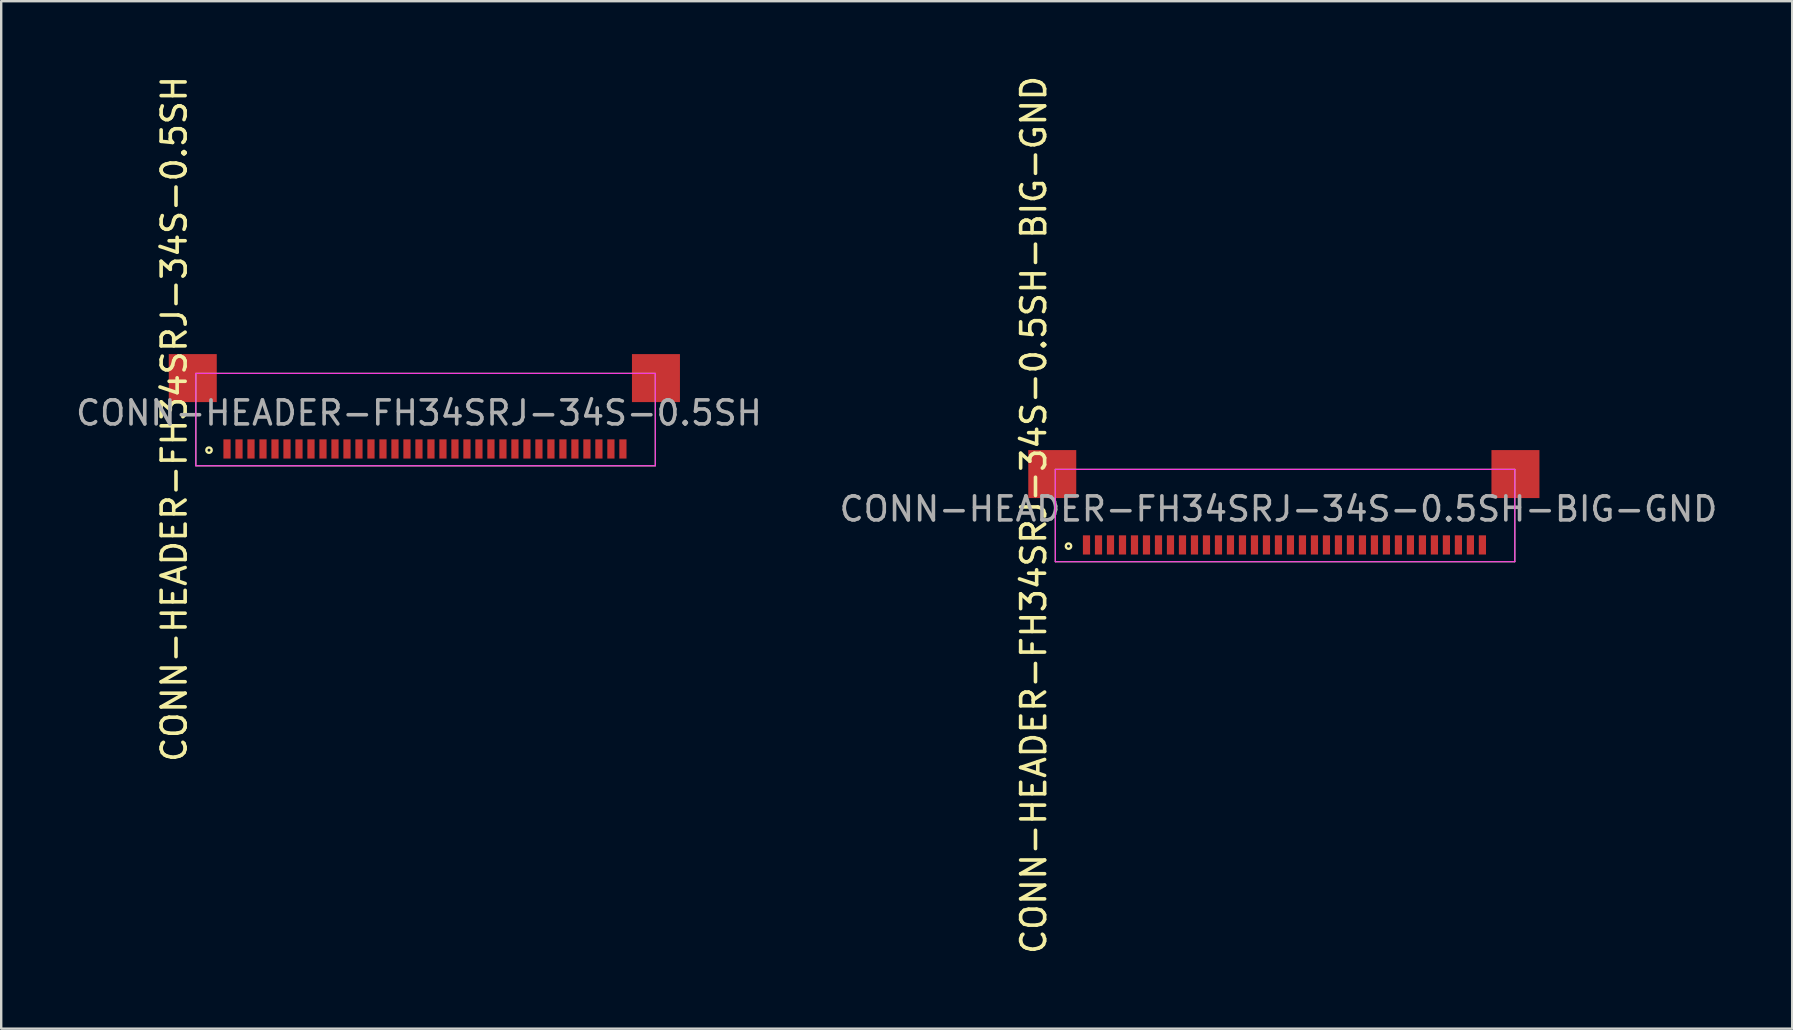
<source format=kicad_pcb>
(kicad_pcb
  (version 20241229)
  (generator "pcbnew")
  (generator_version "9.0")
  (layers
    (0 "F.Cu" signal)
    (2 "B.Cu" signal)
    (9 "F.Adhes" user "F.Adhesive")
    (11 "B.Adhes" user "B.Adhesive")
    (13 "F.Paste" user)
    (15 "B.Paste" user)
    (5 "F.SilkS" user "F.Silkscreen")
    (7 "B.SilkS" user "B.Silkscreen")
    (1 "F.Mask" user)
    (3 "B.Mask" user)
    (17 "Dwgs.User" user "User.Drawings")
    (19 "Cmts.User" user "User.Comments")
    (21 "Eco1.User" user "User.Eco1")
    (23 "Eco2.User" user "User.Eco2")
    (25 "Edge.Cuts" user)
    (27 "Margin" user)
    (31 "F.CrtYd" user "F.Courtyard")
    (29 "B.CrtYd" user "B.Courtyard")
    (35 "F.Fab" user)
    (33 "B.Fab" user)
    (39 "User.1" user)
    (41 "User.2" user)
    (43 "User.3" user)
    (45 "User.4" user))
  (footprint "CONN-HEADER-FH34SRJ-34S-0.5SH-BIG-GND"
    (layer "F.Cu")
    (at 50.457 18.486)
    (property "Reference" "CONN-HEADER-FH34SRJ-34S-0.5SH-BIG-GND" (at -0.225 -0.325 180) (layer "F.Fab") (effects (font (size 1 1) (thickness 0.15))))
    (attr through_hole)
    (fp_line (start -9.525 -1.975) (end -9.525 1.875) (stroke (width 0.041) (type solid)) (layer "F.SilkS"))
    (fp_line (start -9.525 1.875) (end 9.625 1.875) (stroke (width 0.041) (type solid)) (layer "F.SilkS"))
    (fp_line (start 9.625 -1.975) (end -9.525 -1.975) (stroke (width 0.041) (type solid)) (layer "F.SilkS"))
    (fp_line (start 9.625 -1.975) (end 9.625 1.875) (stroke (width 0.041) (type solid)) (layer "F.SilkS"))
    (fp_circle (center -8.975 1.225) (end -8.925 1.125) (stroke (width 0.1) (type solid)) (fill no) (layer "F.SilkS"))
    (fp_line (start -9.525 -1.975) (end -9.525 1.875) (stroke (width 0.041) (type solid)) (layer "F.CrtYd"))
    (fp_line (start -9.525 1.875) (end 9.625 1.875) (stroke (width 0.041) (type solid)) (layer "F.CrtYd"))
    (fp_line (start 9.625 -1.975) (end -9.525 -1.975) (stroke (width 0.041) (type solid)) (layer "F.CrtYd"))
    (fp_line (start 9.625 -1.975) (end 9.625 1.875) (stroke (width 0.041) (type solid)) (layer "F.CrtYd"))
    (fp_line (start -9.525 -1.975) (end -9.525 1.875) (stroke (width 0.041) (type solid)) (layer "F.Fab"))
    (fp_line (start -9.525 1.875) (end 9.625 1.875) (stroke (width 0.041) (type solid)) (layer "F.Fab"))
    (fp_line (start 9.625 -1.975) (end -9.525 -1.975) (stroke (width 0.041) (type solid)) (layer "F.Fab"))
    (fp_line (start 9.625 -1.975) (end 9.625 1.875) (stroke (width 0.041) (type solid)) (layer "F.Fab"))
    (fp_text user "${REFERENCE}" (at -10.425 -0.075 90) (layer "F.SilkS") (effects (font (size 1 1) (thickness 0.15))))
    (pad "1" smd rect (at -8.225 1.175 90) (size 0.8 0.3) (layers "F.Cu" "F.Mask" "F.Paste"))
    (pad "2" smd rect (at -7.725 1.175 90) (size 0.8 0.3) (layers "F.Cu" "F.Mask" "F.Paste"))
    (pad "2" smd rect (at 9.652 -1.778 90) (size 2 2) (layers "F.Cu" "F.Mask" "F.Paste"))
    (pad "3" smd rect (at -7.225 1.175 90) (size 0.8 0.3) (layers "F.Cu" "F.Mask" "F.Paste"))
    (pad "4" smd rect (at -6.725 1.175 90) (size 0.8 0.3) (layers "F.Cu" "F.Mask" "F.Paste"))
    (pad "5" smd rect (at -6.225 1.175 90) (size 0.8 0.3) (layers "F.Cu" "F.Mask" "F.Paste"))
    (pad "6" smd rect (at -5.725 1.175 90) (size 0.8 0.3) (layers "F.Cu" "F.Mask" "F.Paste"))
    (pad "7" smd rect (at -5.225 1.175 90) (size 0.8 0.3) (layers "F.Cu" "F.Mask" "F.Paste"))
    (pad "8" smd rect (at -4.725 1.175 90) (size 0.8 0.3) (layers "F.Cu" "F.Mask" "F.Paste"))
    (pad "9" smd rect (at -4.225 1.175 90) (size 0.8 0.3) (layers "F.Cu" "F.Mask" "F.Paste"))
    (pad "10" smd rect (at -3.725 1.175 90) (size 0.8 0.3) (layers "F.Cu" "F.Mask" "F.Paste"))
    (pad "11" smd rect (at -3.225 1.175 90) (size 0.8 0.3) (layers "F.Cu" "F.Mask" "F.Paste"))
    (pad "12" smd rect (at -2.725 1.175 90) (size 0.8 0.3) (layers "F.Cu" "F.Mask" "F.Paste"))
    (pad "13" smd rect (at -2.225 1.175 90) (size 0.8 0.3) (layers "F.Cu" "F.Mask" "F.Paste"))
    (pad "14" smd rect (at -1.725 1.175 90) (size 0.8 0.3) (layers "F.Cu" "F.Mask" "F.Paste"))
    (pad "15" smd rect (at -1.225 1.175 90) (size 0.8 0.3) (layers "F.Cu" "F.Mask" "F.Paste"))
    (pad "16" smd rect (at -0.725 1.175 90) (size 0.8 0.3) (layers "F.Cu" "F.Mask" "F.Paste"))
    (pad "17" smd rect (at -0.225 1.175 90) (size 0.8 0.3) (layers "F.Cu" "F.Mask" "F.Paste"))
    (pad "18" smd rect (at 0.275 1.175 90) (size 0.8 0.3) (layers "F.Cu" "F.Mask" "F.Paste"))
    (pad "19" smd rect (at 0.775 1.175 90) (size 0.8 0.3) (layers "F.Cu" "F.Mask" "F.Paste"))
    (pad "20" smd rect (at 1.275 1.175 90) (size 0.8 0.3) (layers "F.Cu" "F.Mask" "F.Paste"))
    (pad "21" smd rect (at 1.775 1.175 90) (size 0.8 0.3) (layers "F.Cu" "F.Mask" "F.Paste"))
    (pad "22" smd rect (at 2.275 1.175 90) (size 0.8 0.3) (layers "F.Cu" "F.Mask" "F.Paste"))
    (pad "23" smd rect (at 2.775 1.175 90) (size 0.8 0.3) (layers "F.Cu" "F.Mask" "F.Paste"))
    (pad "24" smd rect (at 3.275 1.175 90) (size 0.8 0.3) (layers "F.Cu" "F.Mask" "F.Paste"))
    (pad "25" smd rect (at 3.775 1.175 90) (size 0.8 0.3) (layers "F.Cu" "F.Mask" "F.Paste"))
    (pad "26" smd rect (at 4.275 1.175 90) (size 0.8 0.3) (layers "F.Cu" "F.Mask" "F.Paste"))
    (pad "27" smd rect (at 4.775 1.175 90) (size 0.8 0.3) (layers "F.Cu" "F.Mask" "F.Paste"))
    (pad "28" smd rect (at 5.275 1.175 90) (size 0.8 0.3) (layers "F.Cu" "F.Mask" "F.Paste"))
    (pad "29" smd rect (at 5.775 1.175 90) (size 0.8 0.3) (layers "F.Cu" "F.Mask" "F.Paste"))
    (pad "30" smd rect (at 6.275 1.175 90) (size 0.8 0.3) (layers "F.Cu" "F.Mask" "F.Paste"))
    (pad "31" smd rect (at 6.775 1.175 90) (size 0.8 0.3) (layers "F.Cu" "F.Mask" "F.Paste"))
    (pad "32" smd rect (at 7.275 1.175 90) (size 0.8 0.3) (layers "F.Cu" "F.Mask" "F.Paste"))
    (pad "33" smd rect (at 7.775 1.175 90) (size 0.8 0.3) (layers "F.Cu" "F.Mask" "F.Paste"))
    (pad "34" smd rect (at 8.275 1.175 90) (size 0.8 0.3) (layers "F.Cu" "F.Mask" "F.Paste"))
    (pad "e" smd rect (at -9.652 -1.778 90) (size 2 2) (layers "F.Cu" "F.Mask" "F.Paste")))
  (footprint "CONN-HEADER-FH34SRJ-34S-0.5SH"
    (layer "F.Cu")
    (at 14.636 14.486)
    (property "Reference" "CONN-HEADER-FH34SRJ-34S-0.5SH" (at -0.225 -0.325 180) (layer "F.Fab") (effects (font (size 1 1) (thickness 0.15))))
    (attr through_hole)
    (fp_line (start -9.525 -1.975) (end -9.525 1.875) (stroke (width 0.041) (type solid)) (layer "F.SilkS"))
    (fp_line (start -9.525 1.875) (end 9.625 1.875) (stroke (width 0.041) (type solid)) (layer "F.SilkS"))
    (fp_line (start 9.625 -1.975) (end -9.525 -1.975) (stroke (width 0.041) (type solid)) (layer "F.SilkS"))
    (fp_line (start 9.625 -1.975) (end 9.625 1.875) (stroke (width 0.041) (type solid)) (layer "F.SilkS"))
    (fp_circle (center -8.975 1.225) (end -8.925 1.125) (stroke (width 0.1) (type solid)) (fill no) (layer "F.SilkS"))
    (fp_line (start -9.525 -1.975) (end -9.525 1.875) (stroke (width 0.041) (type solid)) (layer "F.CrtYd"))
    (fp_line (start -9.525 1.875) (end 9.625 1.875) (stroke (width 0.041) (type solid)) (layer "F.CrtYd"))
    (fp_line (start 9.625 -1.975) (end -9.525 -1.975) (stroke (width 0.041) (type solid)) (layer "F.CrtYd"))
    (fp_line (start 9.625 -1.975) (end 9.625 1.875) (stroke (width 0.041) (type solid)) (layer "F.CrtYd"))
    (fp_line (start -9.525 -1.975) (end -9.525 1.875) (stroke (width 0.041) (type solid)) (layer "F.Fab"))
    (fp_line (start -9.525 1.875) (end 9.625 1.875) (stroke (width 0.041) (type solid)) (layer "F.Fab"))
    (fp_line (start 9.625 -1.975) (end -9.525 -1.975) (stroke (width 0.041) (type solid)) (layer "F.Fab"))
    (fp_line (start 9.625 -1.975) (end 9.625 1.875) (stroke (width 0.041) (type solid)) (layer "F.Fab"))
    (fp_text user "${REFERENCE}" (at -10.425 -0.075 90) (layer "F.SilkS") (effects (font (size 1 1) (thickness 0.15))))
    (pad "1" smd rect (at -8.225 1.175 90) (size 0.8 0.3) (layers "F.Cu" "F.Mask" "F.Paste"))
    (pad "2" smd rect (at -7.725 1.175 90) (size 0.8 0.3) (layers "F.Cu" "F.Mask" "F.Paste"))
    (pad "2" smd rect (at 9.652 -1.778 90) (size 2 2) (layers "F.Cu" "F.Mask" "F.Paste"))
    (pad "3" smd rect (at -7.225 1.175 90) (size 0.8 0.3) (layers "F.Cu" "F.Mask" "F.Paste"))
    (pad "4" smd rect (at -6.725 1.175 90) (size 0.8 0.3) (layers "F.Cu" "F.Mask" "F.Paste"))
    (pad "5" smd rect (at -6.225 1.175 90) (size 0.8 0.3) (layers "F.Cu" "F.Mask" "F.Paste"))
    (pad "6" smd rect (at -5.725 1.175 90) (size 0.8 0.3) (layers "F.Cu" "F.Mask" "F.Paste"))
    (pad "7" smd rect (at -5.225 1.175 90) (size 0.8 0.3) (layers "F.Cu" "F.Mask" "F.Paste"))
    (pad "8" smd rect (at -4.725 1.175 90) (size 0.8 0.3) (layers "F.Cu" "F.Mask" "F.Paste"))
    (pad "9" smd rect (at -4.225 1.175 90) (size 0.8 0.3) (layers "F.Cu" "F.Mask" "F.Paste"))
    (pad "10" smd rect (at -3.725 1.175 90) (size 0.8 0.3) (layers "F.Cu" "F.Mask" "F.Paste"))
    (pad "11" smd rect (at -3.225 1.175 90) (size 0.8 0.3) (layers "F.Cu" "F.Mask" "F.Paste"))
    (pad "12" smd rect (at -2.725 1.175 90) (size 0.8 0.3) (layers "F.Cu" "F.Mask" "F.Paste"))
    (pad "13" smd rect (at -2.225 1.175 90) (size 0.8 0.3) (layers "F.Cu" "F.Mask" "F.Paste"))
    (pad "14" smd rect (at -1.725 1.175 90) (size 0.8 0.3) (layers "F.Cu" "F.Mask" "F.Paste"))
    (pad "15" smd rect (at -1.225 1.175 90) (size 0.8 0.3) (layers "F.Cu" "F.Mask" "F.Paste"))
    (pad "16" smd rect (at -0.725 1.175 90) (size 0.8 0.3) (layers "F.Cu" "F.Mask" "F.Paste"))
    (pad "17" smd rect (at -0.225 1.175 90) (size 0.8 0.3) (layers "F.Cu" "F.Mask" "F.Paste"))
    (pad "18" smd rect (at 0.275 1.175 90) (size 0.8 0.3) (layers "F.Cu" "F.Mask" "F.Paste"))
    (pad "19" smd rect (at 0.775 1.175 90) (size 0.8 0.3) (layers "F.Cu" "F.Mask" "F.Paste"))
    (pad "20" smd rect (at 1.275 1.175 90) (size 0.8 0.3) (layers "F.Cu" "F.Mask" "F.Paste"))
    (pad "21" smd rect (at 1.775 1.175 90) (size 0.8 0.3) (layers "F.Cu" "F.Mask" "F.Paste"))
    (pad "22" smd rect (at 2.275 1.175 90) (size 0.8 0.3) (layers "F.Cu" "F.Mask" "F.Paste"))
    (pad "23" smd rect (at 2.775 1.175 90) (size 0.8 0.3) (layers "F.Cu" "F.Mask" "F.Paste"))
    (pad "24" smd rect (at 3.275 1.175 90) (size 0.8 0.3) (layers "F.Cu" "F.Mask" "F.Paste"))
    (pad "25" smd rect (at 3.775 1.175 90) (size 0.8 0.3) (layers "F.Cu" "F.Mask" "F.Paste"))
    (pad "26" smd rect (at 4.275 1.175 90) (size 0.8 0.3) (layers "F.Cu" "F.Mask" "F.Paste"))
    (pad "27" smd rect (at 4.775 1.175 90) (size 0.8 0.3) (layers "F.Cu" "F.Mask" "F.Paste"))
    (pad "28" smd rect (at 5.275 1.175 90) (size 0.8 0.3) (layers "F.Cu" "F.Mask" "F.Paste"))
    (pad "29" smd rect (at 5.775 1.175 90) (size 0.8 0.3) (layers "F.Cu" "F.Mask" "F.Paste"))
    (pad "30" smd rect (at 6.275 1.175 90) (size 0.8 0.3) (layers "F.Cu" "F.Mask" "F.Paste"))
    (pad "31" smd rect (at 6.775 1.175 90) (size 0.8 0.3) (layers "F.Cu" "F.Mask" "F.Paste"))
    (pad "32" smd rect (at 7.275 1.175 90) (size 0.8 0.3) (layers "F.Cu" "F.Mask" "F.Paste"))
    (pad "33" smd rect (at 7.775 1.175 90) (size 0.8 0.3) (layers "F.Cu" "F.Mask" "F.Paste"))
    (pad "34" smd rect (at 8.275 1.175 90) (size 0.8 0.3) (layers "F.Cu" "F.Mask" "F.Paste"))
    (pad "e" smd rect (at -9.652 -1.778 90) (size 2 2) (layers "F.Cu" "F.Mask" "F.Paste")))
  (gr_rect
    (start -3 -3)
    (end 71.643 39.821)
    (stroke (width 0.1) (type default))
    (fill no)
    (layer "Edge.Cuts")))
</source>
